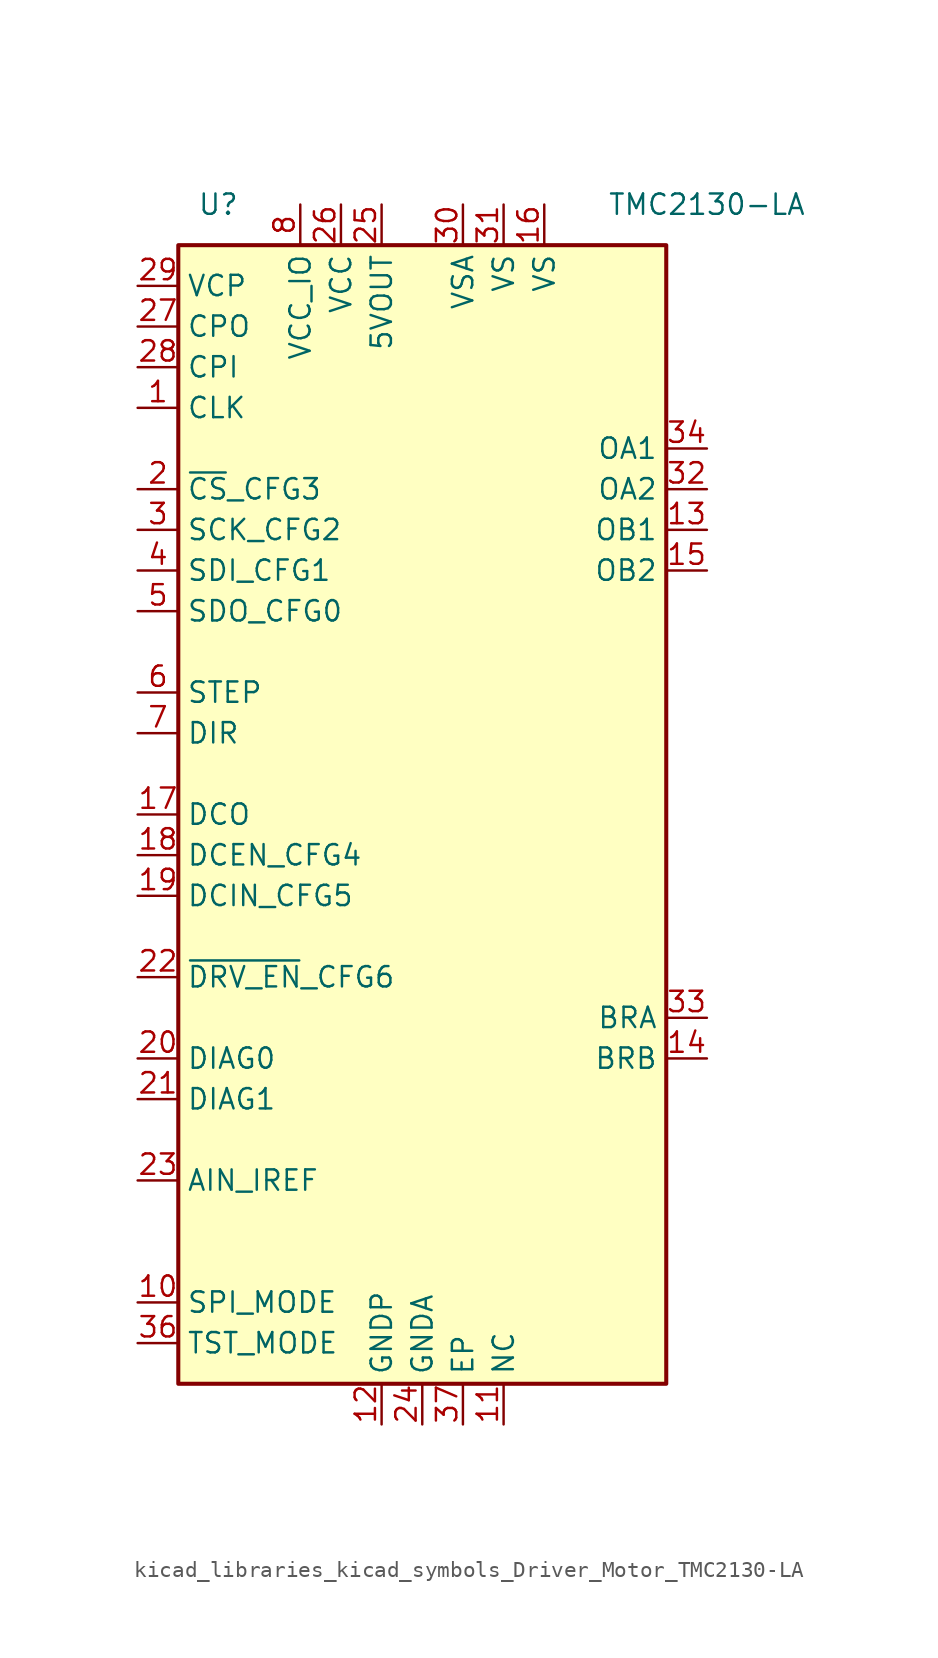
<source format=kicad_sym>
(kicad_symbol_lib
  (version 20220914)
  (generator kicad_symbol_editor)
  (symbol "kicad_libraries_kicad_symbols_Driver_Motor_TMC2130-LA"
    (property "Reference" "U"
      (at -11.43 38.1 0)
      (effects (font (size 1.27 1.27)) (justify right)))
    (property "Value" "TMC2130-LA"
      (at 17.78 38.1 0)
      (effects (font (size 1.27 1.27))))
    (symbol "kicad_libraries_kicad_symbols_Driver_Motor_TMC2130-LA_0_1"
      (rectangle (start -15.24 35.56) (end 15.24 -35.56) (stroke (width 0.254) (type default)) (fill (type background))))
    (symbol "kicad_libraries_kicad_symbols_Driver_Motor_TMC2130-LA_1_1"
      (pin input line (at -17.78 25.4 0) (length 2.54) (name "CLK" (effects (font (size 1.27 1.27)))) (number "1" (effects (font (size 1.27 1.27)))))
      (pin input line (at -17.78 -30.48 0) (length 2.54) (name "SPI_MODE" (effects (font (size 1.27 1.27)))) (number "10" (effects (font (size 1.27 1.27)))))
      (pin passive line (at 5.08 -38.1 90) (length 2.54) (name "NC" (effects (font (size 1.27 1.27)))) (number "11" (effects (font (size 1.27 1.27)))))
      (pin power_in line (at -2.54 -38.1 90) (length 2.54) (name "GNDP" (effects (font (size 1.27 1.27)))) (number "12" (effects (font (size 1.27 1.27)))))
      (pin output line (at 17.78 17.78 180) (length 2.54) (name "OB1" (effects (font (size 1.27 1.27)))) (number "13" (effects (font (size 1.27 1.27)))))
      (pin passive line (at 17.78 -15.24 180) (length 2.54) (name "BRB" (effects (font (size 1.27 1.27)))) (number "14" (effects (font (size 1.27 1.27)))))
      (pin output line (at 17.78 15.24 180) (length 2.54) (name "OB2" (effects (font (size 1.27 1.27)))) (number "15" (effects (font (size 1.27 1.27)))))
      (pin power_in line (at 7.62 38.1 270) (length 2.54) (name "VS" (effects (font (size 1.27 1.27)))) (number "16" (effects (font (size 1.27 1.27)))))
      (pin output line (at -17.78 0 0) (length 2.54) (name "DCO" (effects (font (size 1.27 1.27)))) (number "17" (effects (font (size 1.27 1.27)))))
      (pin input line (at -17.78 -2.54 0) (length 2.54) (name "DCEN_CFG4" (effects (font (size 1.27 1.27)))) (number "18" (effects (font (size 1.27 1.27)))))
      (pin input line (at -17.78 -5.08 0) (length 2.54) (name "DCIN_CFG5" (effects (font (size 1.27 1.27)))) (number "19" (effects (font (size 1.27 1.27)))))
      (pin input line (at -17.78 20.32 0) (length 2.54) (name "~{CS}_CFG3" (effects (font (size 1.27 1.27)))) (number "2" (effects (font (size 1.27 1.27)))))
      (pin output line (at -17.78 -15.24 0) (length 2.54) (name "DIAG0" (effects (font (size 1.27 1.27)))) (number "20" (effects (font (size 1.27 1.27)))))
      (pin output line (at -17.78 -17.78 0) (length 2.54) (name "DIAG1" (effects (font (size 1.27 1.27)))) (number "21" (effects (font (size 1.27 1.27)))))
      (pin input line (at -17.78 -10.16 0) (length 2.54) (name "~{DRV_EN}_CFG6" (effects (font (size 1.27 1.27)))) (number "22" (effects (font (size 1.27 1.27)))))
      (pin input line (at -17.78 -22.86 0) (length 2.54) (name "AIN_IREF" (effects (font (size 1.27 1.27)))) (number "23" (effects (font (size 1.27 1.27)))))
      (pin power_in line (at 0 -38.1 90) (length 2.54) (name "GNDA" (effects (font (size 1.27 1.27)))) (number "24" (effects (font (size 1.27 1.27)))))
      (pin power_out line (at -2.54 38.1 270) (length 2.54) (name "5VOUT" (effects (font (size 1.27 1.27)))) (number "25" (effects (font (size 1.27 1.27)))))
      (pin power_in line (at -5.08 38.1 270) (length 2.54) (name "VCC" (effects (font (size 1.27 1.27)))) (number "26" (effects (font (size 1.27 1.27)))))
      (pin passive line (at -17.78 30.48 0) (length 2.54) (name "CPO" (effects (font (size 1.27 1.27)))) (number "27" (effects (font (size 1.27 1.27)))))
      (pin passive line (at -17.78 27.94 0) (length 2.54) (name "CPI" (effects (font (size 1.27 1.27)))) (number "28" (effects (font (size 1.27 1.27)))))
      (pin passive line (at -17.78 33.02 0) (length 2.54) (name "VCP" (effects (font (size 1.27 1.27)))) (number "29" (effects (font (size 1.27 1.27)))))
      (pin input line (at -17.78 17.78 0) (length 2.54) (name "SCK_CFG2" (effects (font (size 1.27 1.27)))) (number "3" (effects (font (size 1.27 1.27)))))
      (pin power_in line (at 2.54 38.1 270) (length 2.54) (name "VSA" (effects (font (size 1.27 1.27)))) (number "30" (effects (font (size 1.27 1.27)))))
      (pin power_in line (at 5.08 38.1 270) (length 2.54) (name "VS" (effects (font (size 1.27 1.27)))) (number "31" (effects (font (size 1.27 1.27)))))
      (pin output line (at 17.78 20.32 180) (length 2.54) (name "OA2" (effects (font (size 1.27 1.27)))) (number "32" (effects (font (size 1.27 1.27)))))
      (pin passive line (at 17.78 -12.7 180) (length 2.54) (name "BRA" (effects (font (size 1.27 1.27)))) (number "33" (effects (font (size 1.27 1.27)))))
      (pin output line (at 17.78 22.86 180) (length 2.54) (name "OA1" (effects (font (size 1.27 1.27)))) (number "34" (effects (font (size 1.27 1.27)))))
      (pin passive line (at -2.54 -38.1 90) (length 2.54) hide (name "GNDP" (effects (font (size 1.27 1.27)))) (number "35" (effects (font (size 1.27 1.27)))))
      (pin input line (at -17.78 -33.02 0) (length 2.54) (name "TST_MODE" (effects (font (size 1.27 1.27)))) (number "36" (effects (font (size 1.27 1.27)))))
      (pin power_in line (at 2.54 -38.1 90) (length 2.54) (name "EP" (effects (font (size 1.27 1.27)))) (number "37" (effects (font (size 1.27 1.27)))))
      (pin input line (at -17.78 15.24 0) (length 2.54) (name "SDI_CFG1" (effects (font (size 1.27 1.27)))) (number "4" (effects (font (size 1.27 1.27)))))
      (pin bidirectional line (at -17.78 12.7 0) (length 2.54) (name "SDO_CFG0" (effects (font (size 1.27 1.27)))) (number "5" (effects (font (size 1.27 1.27)))))
      (pin input line (at -17.78 7.62 0) (length 2.54) (name "STEP" (effects (font (size 1.27 1.27)))) (number "6" (effects (font (size 1.27 1.27)))))
      (pin input line (at -17.78 5.08 0) (length 2.54) (name "DIR" (effects (font (size 1.27 1.27)))) (number "7" (effects (font (size 1.27 1.27)))))
      (pin power_in line (at -7.62 38.1 270) (length 2.54) (name "VCC_IO" (effects (font (size 1.27 1.27)))) (number "8" (effects (font (size 1.27 1.27)))))
      (pin no_connect line (at 15.24 33.02 180) (length 2.54) hide (name "DNC" (effects (font (size 1.27 1.27)))) (number "9" (effects (font (size 1.27 1.27))))))))
</source>
